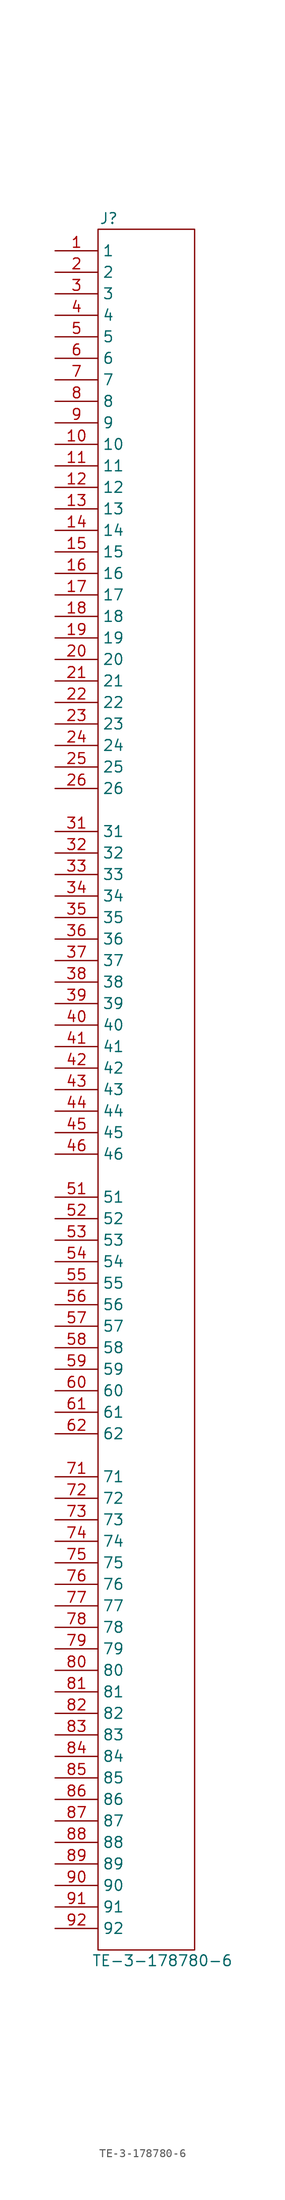
<source format=kicad_sym>
(kicad_symbol_lib
  (version 20211014)
  (generator kicad_symbol_editor)
  (symbol "TE-3-178780-6:TE-3-178780-6"
    (property "Reference" "J"
      (at 1.27 1.27 0)
      (effects (font (size 1.27 1.27))))
    (property "Value" "TE-3-178780-6"
      (at 7.62 -204.47 0)
      (effects (font (size 1.27 1.27))))
    (symbol "TE-3-178780-6_0_1"
      (rectangle (start 0 0) (end 11.43 -203.2) (stroke (width 0.152) (type default) (color 0 0 0 0)) (fill (type none))))
    (symbol "TE-3-178780-6_1_1"
      (pin passive line (at -5.08 -2.54 0) (length 5.08) (name "1" (effects (font (size 1.27 1.27)))) (number "1" (effects (font (size 1.27 1.27)))))
      (pin passive line (at -5.08 -25.4 0) (length 5.08) (name "10" (effects (font (size 1.27 1.27)))) (number "10" (effects (font (size 1.27 1.27)))))
      (pin passive line (at -5.08 -27.94 0) (length 5.08) (name "11" (effects (font (size 1.27 1.27)))) (number "11" (effects (font (size 1.27 1.27)))))
      (pin passive line (at -5.08 -30.48 0) (length 5.08) (name "12" (effects (font (size 1.27 1.27)))) (number "12" (effects (font (size 1.27 1.27)))))
      (pin passive line (at -5.08 -33.02 0) (length 5.08) (name "13" (effects (font (size 1.27 1.27)))) (number "13" (effects (font (size 1.27 1.27)))))
      (pin passive line (at -5.08 -35.56 0) (length 5.08) (name "14" (effects (font (size 1.27 1.27)))) (number "14" (effects (font (size 1.27 1.27)))))
      (pin passive line (at -5.08 -38.1 0) (length 5.08) (name "15" (effects (font (size 1.27 1.27)))) (number "15" (effects (font (size 1.27 1.27)))))
      (pin passive line (at -5.08 -40.64 0) (length 5.08) (name "16" (effects (font (size 1.27 1.27)))) (number "16" (effects (font (size 1.27 1.27)))))
      (pin passive line (at -5.08 -43.18 0) (length 5.08) (name "17" (effects (font (size 1.27 1.27)))) (number "17" (effects (font (size 1.27 1.27)))))
      (pin passive line (at -5.08 -45.72 0) (length 5.08) (name "18" (effects (font (size 1.27 1.27)))) (number "18" (effects (font (size 1.27 1.27)))))
      (pin passive line (at -5.08 -48.26 0) (length 5.08) (name "19" (effects (font (size 1.27 1.27)))) (number "19" (effects (font (size 1.27 1.27)))))
      (pin passive line (at -5.08 -5.08 0) (length 5.08) (name "2" (effects (font (size 1.27 1.27)))) (number "2" (effects (font (size 1.27 1.27)))))
      (pin passive line (at -5.08 -50.8 0) (length 5.08) (name "20" (effects (font (size 1.27 1.27)))) (number "20" (effects (font (size 1.27 1.27)))))
      (pin passive line (at -5.08 -53.34 0) (length 5.08) (name "21" (effects (font (size 1.27 1.27)))) (number "21" (effects (font (size 1.27 1.27)))))
      (pin passive line (at -5.08 -55.88 0) (length 5.08) (name "22" (effects (font (size 1.27 1.27)))) (number "22" (effects (font (size 1.27 1.27)))))
      (pin passive line (at -5.08 -58.42 0) (length 5.08) (name "23" (effects (font (size 1.27 1.27)))) (number "23" (effects (font (size 1.27 1.27)))))
      (pin passive line (at -5.08 -60.96 0) (length 5.08) (name "24" (effects (font (size 1.27 1.27)))) (number "24" (effects (font (size 1.27 1.27)))))
      (pin passive line (at -5.08 -63.5 0) (length 5.08) (name "25" (effects (font (size 1.27 1.27)))) (number "25" (effects (font (size 1.27 1.27)))))
      (pin passive line (at -5.08 -66.04 0) (length 5.08) (name "26" (effects (font (size 1.27 1.27)))) (number "26" (effects (font (size 1.27 1.27)))))
      (pin passive line (at -5.08 -7.62 0) (length 5.08) (name "3" (effects (font (size 1.27 1.27)))) (number "3" (effects (font (size 1.27 1.27)))))
      (pin passive line (at -5.08 -71.12 0) (length 5.08) (name "31" (effects (font (size 1.27 1.27)))) (number "31" (effects (font (size 1.27 1.27)))))
      (pin passive line (at -5.08 -73.66 0) (length 5.08) (name "32" (effects (font (size 1.27 1.27)))) (number "32" (effects (font (size 1.27 1.27)))))
      (pin passive line (at -5.08 -76.2 0) (length 5.08) (name "33" (effects (font (size 1.27 1.27)))) (number "33" (effects (font (size 1.27 1.27)))))
      (pin passive line (at -5.08 -78.74 0) (length 5.08) (name "34" (effects (font (size 1.27 1.27)))) (number "34" (effects (font (size 1.27 1.27)))))
      (pin passive line (at -5.08 -81.28 0) (length 5.08) (name "35" (effects (font (size 1.27 1.27)))) (number "35" (effects (font (size 1.27 1.27)))))
      (pin passive line (at -5.08 -83.82 0) (length 5.08) (name "36" (effects (font (size 1.27 1.27)))) (number "36" (effects (font (size 1.27 1.27)))))
      (pin passive line (at -5.08 -86.36 0) (length 5.08) (name "37" (effects (font (size 1.27 1.27)))) (number "37" (effects (font (size 1.27 1.27)))))
      (pin passive line (at -5.08 -88.9 0) (length 5.08) (name "38" (effects (font (size 1.27 1.27)))) (number "38" (effects (font (size 1.27 1.27)))))
      (pin passive line (at -5.08 -91.44 0) (length 5.08) (name "39" (effects (font (size 1.27 1.27)))) (number "39" (effects (font (size 1.27 1.27)))))
      (pin passive line (at -5.08 -10.16 0) (length 5.08) (name "4" (effects (font (size 1.27 1.27)))) (number "4" (effects (font (size 1.27 1.27)))))
      (pin passive line (at -5.08 -93.98 0) (length 5.08) (name "40" (effects (font (size 1.27 1.27)))) (number "40" (effects (font (size 1.27 1.27)))))
      (pin passive line (at -5.08 -96.52 0) (length 5.08) (name "41" (effects (font (size 1.27 1.27)))) (number "41" (effects (font (size 1.27 1.27)))))
      (pin passive line (at -5.08 -99.06 0) (length 5.08) (name "42" (effects (font (size 1.27 1.27)))) (number "42" (effects (font (size 1.27 1.27)))))
      (pin passive line (at -5.08 -101.6 0) (length 5.08) (name "43" (effects (font (size 1.27 1.27)))) (number "43" (effects (font (size 1.27 1.27)))))
      (pin passive line (at -5.08 -104.14 0) (length 5.08) (name "44" (effects (font (size 1.27 1.27)))) (number "44" (effects (font (size 1.27 1.27)))))
      (pin passive line (at -5.08 -106.68 0) (length 5.08) (name "45" (effects (font (size 1.27 1.27)))) (number "45" (effects (font (size 1.27 1.27)))))
      (pin passive line (at -5.08 -109.22 0) (length 5.08) (name "46" (effects (font (size 1.27 1.27)))) (number "46" (effects (font (size 1.27 1.27)))))
      (pin passive line (at -5.08 -12.7 0) (length 5.08) (name "5" (effects (font (size 1.27 1.27)))) (number "5" (effects (font (size 1.27 1.27)))))
      (pin passive line (at -5.08 -114.3 0) (length 5.08) (name "51" (effects (font (size 1.27 1.27)))) (number "51" (effects (font (size 1.27 1.27)))))
      (pin passive line (at -5.08 -116.84 0) (length 5.08) (name "52" (effects (font (size 1.27 1.27)))) (number "52" (effects (font (size 1.27 1.27)))))
      (pin passive line (at -5.08 -119.38 0) (length 5.08) (name "53" (effects (font (size 1.27 1.27)))) (number "53" (effects (font (size 1.27 1.27)))))
      (pin passive line (at -5.08 -121.92 0) (length 5.08) (name "54" (effects (font (size 1.27 1.27)))) (number "54" (effects (font (size 1.27 1.27)))))
      (pin passive line (at -5.08 -124.46 0) (length 5.08) (name "55" (effects (font (size 1.27 1.27)))) (number "55" (effects (font (size 1.27 1.27)))))
      (pin passive line (at -5.08 -127 0) (length 5.08) (name "56" (effects (font (size 1.27 1.27)))) (number "56" (effects (font (size 1.27 1.27)))))
      (pin passive line (at -5.08 -129.54 0) (length 5.08) (name "57" (effects (font (size 1.27 1.27)))) (number "57" (effects (font (size 1.27 1.27)))))
      (pin passive line (at -5.08 -132.08 0) (length 5.08) (name "58" (effects (font (size 1.27 1.27)))) (number "58" (effects (font (size 1.27 1.27)))))
      (pin passive line (at -5.08 -134.62 0) (length 5.08) (name "59" (effects (font (size 1.27 1.27)))) (number "59" (effects (font (size 1.27 1.27)))))
      (pin passive line (at -5.08 -15.24 0) (length 5.08) (name "6" (effects (font (size 1.27 1.27)))) (number "6" (effects (font (size 1.27 1.27)))))
      (pin passive line (at -5.08 -137.16 0) (length 5.08) (name "60" (effects (font (size 1.27 1.27)))) (number "60" (effects (font (size 1.27 1.27)))))
      (pin passive line (at -5.08 -139.7 0) (length 5.08) (name "61" (effects (font (size 1.27 1.27)))) (number "61" (effects (font (size 1.27 1.27)))))
      (pin passive line (at -5.08 -142.24 0) (length 5.08) (name "62" (effects (font (size 1.27 1.27)))) (number "62" (effects (font (size 1.27 1.27)))))
      (pin passive line (at -5.08 -17.78 0) (length 5.08) (name "7" (effects (font (size 1.27 1.27)))) (number "7" (effects (font (size 1.27 1.27)))))
      (pin passive line (at -5.08 -147.32 0) (length 5.08) (name "71" (effects (font (size 1.27 1.27)))) (number "71" (effects (font (size 1.27 1.27)))))
      (pin passive line (at -5.08 -149.86 0) (length 5.08) (name "72" (effects (font (size 1.27 1.27)))) (number "72" (effects (font (size 1.27 1.27)))))
      (pin passive line (at -5.08 -152.4 0) (length 5.08) (name "73" (effects (font (size 1.27 1.27)))) (number "73" (effects (font (size 1.27 1.27)))))
      (pin passive line (at -5.08 -154.94 0) (length 5.08) (name "74" (effects (font (size 1.27 1.27)))) (number "74" (effects (font (size 1.27 1.27)))))
      (pin passive line (at -5.08 -157.48 0) (length 5.08) (name "75" (effects (font (size 1.27 1.27)))) (number "75" (effects (font (size 1.27 1.27)))))
      (pin passive line (at -5.08 -160.02 0) (length 5.08) (name "76" (effects (font (size 1.27 1.27)))) (number "76" (effects (font (size 1.27 1.27)))))
      (pin passive line (at -5.08 -162.56 0) (length 5.08) (name "77" (effects (font (size 1.27 1.27)))) (number "77" (effects (font (size 1.27 1.27)))))
      (pin passive line (at -5.08 -165.1 0) (length 5.08) (name "78" (effects (font (size 1.27 1.27)))) (number "78" (effects (font (size 1.27 1.27)))))
      (pin passive line (at -5.08 -167.64 0) (length 5.08) (name "79" (effects (font (size 1.27 1.27)))) (number "79" (effects (font (size 1.27 1.27)))))
      (pin passive line (at -5.08 -20.32 0) (length 5.08) (name "8" (effects (font (size 1.27 1.27)))) (number "8" (effects (font (size 1.27 1.27)))))
      (pin passive line (at -5.08 -170.18 0) (length 5.08) (name "80" (effects (font (size 1.27 1.27)))) (number "80" (effects (font (size 1.27 1.27)))))
      (pin passive line (at -5.08 -172.72 0) (length 5.08) (name "81" (effects (font (size 1.27 1.27)))) (number "81" (effects (font (size 1.27 1.27)))))
      (pin passive line (at -5.08 -175.26 0) (length 5.08) (name "82" (effects (font (size 1.27 1.27)))) (number "82" (effects (font (size 1.27 1.27)))))
      (pin passive line (at -5.08 -177.8 0) (length 5.08) (name "83" (effects (font (size 1.27 1.27)))) (number "83" (effects (font (size 1.27 1.27)))))
      (pin passive line (at -5.08 -180.34 0) (length 5.08) (name "84" (effects (font (size 1.27 1.27)))) (number "84" (effects (font (size 1.27 1.27)))))
      (pin passive line (at -5.08 -182.88 0) (length 5.08) (name "85" (effects (font (size 1.27 1.27)))) (number "85" (effects (font (size 1.27 1.27)))))
      (pin passive line (at -5.08 -185.42 0) (length 5.08) (name "86" (effects (font (size 1.27 1.27)))) (number "86" (effects (font (size 1.27 1.27)))))
      (pin passive line (at -5.08 -187.96 0) (length 5.08) (name "87" (effects (font (size 1.27 1.27)))) (number "87" (effects (font (size 1.27 1.27)))))
      (pin passive line (at -5.08 -190.5 0) (length 5.08) (name "88" (effects (font (size 1.27 1.27)))) (number "88" (effects (font (size 1.27 1.27)))))
      (pin passive line (at -5.08 -193.04 0) (length 5.08) (name "89" (effects (font (size 1.27 1.27)))) (number "89" (effects (font (size 1.27 1.27)))))
      (pin passive line (at -5.08 -22.86 0) (length 5.08) (name "9" (effects (font (size 1.27 1.27)))) (number "9" (effects (font (size 1.27 1.27)))))
      (pin passive line (at -5.08 -195.58 0) (length 5.08) (name "90" (effects (font (size 1.27 1.27)))) (number "90" (effects (font (size 1.27 1.27)))))
      (pin passive line (at -5.08 -198.12 0) (length 5.08) (name "91" (effects (font (size 1.27 1.27)))) (number "91" (effects (font (size 1.27 1.27)))))
      (pin passive line (at -5.08 -200.66 0) (length 5.08) (name "92" (effects (font (size 1.27 1.27)))) (number "92" (effects (font (size 1.27 1.27))))))))
</source>
